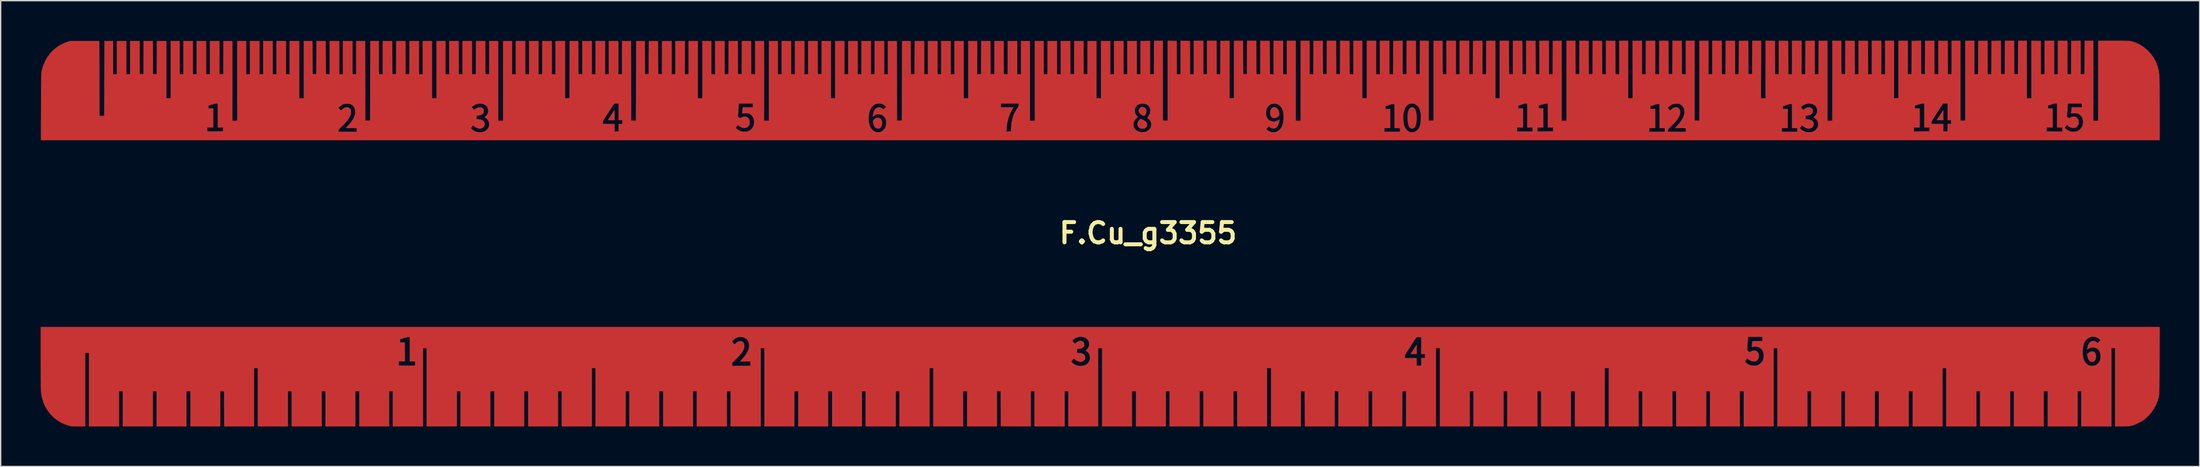
<source format=kicad_pcb>
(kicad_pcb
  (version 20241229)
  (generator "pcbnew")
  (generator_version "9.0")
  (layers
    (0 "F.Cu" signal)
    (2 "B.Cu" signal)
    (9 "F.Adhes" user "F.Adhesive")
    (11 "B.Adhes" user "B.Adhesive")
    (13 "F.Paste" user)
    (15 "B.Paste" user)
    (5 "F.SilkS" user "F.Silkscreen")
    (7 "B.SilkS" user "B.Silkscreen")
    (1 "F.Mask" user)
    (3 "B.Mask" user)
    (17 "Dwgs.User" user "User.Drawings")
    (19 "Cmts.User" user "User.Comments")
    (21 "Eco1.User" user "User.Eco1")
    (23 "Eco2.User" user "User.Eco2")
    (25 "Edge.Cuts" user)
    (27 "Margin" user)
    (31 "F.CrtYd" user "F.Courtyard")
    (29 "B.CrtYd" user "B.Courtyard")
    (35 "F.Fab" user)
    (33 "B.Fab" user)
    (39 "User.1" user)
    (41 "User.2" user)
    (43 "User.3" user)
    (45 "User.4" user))
  (footprint "F.Cu_g3355"
    (layer "F.Cu")
    (at 83.148 14.468)
    (property "Reference" "F.Cu_g3355" (at 0 0 0) (layer "F.SilkS") (effects (font (size 1.524 1.524) (thickness 0.3))))
    (attr through_hole)
    (fp_poly (pts (xy 59.699 -9.211) (xy 59.704 -9.169) (xy 59.707 -9.096) (xy 59.709 -8.989) (xy 59.71 -8.874) (xy 59.711 -8.488) (xy 59.204 -8.488) (xy 59.431 -8.834) (xy 59.503 -8.943) (xy 59.568 -9.043) (xy 59.623 -9.126) (xy 59.662 -9.187) (xy 59.683 -9.219) (xy 59.683 -9.22) (xy 59.693 -9.227) (xy 59.699 -9.211)) (stroke (width 0.01) (type solid)) (fill yes) (layer "F.Cu"))
    (fp_poly (pts (xy 71.008 8.912) (xy 71.083 8.973) (xy 71.138 9.06) (xy 71.17 9.172) (xy 71.174 9.305) (xy 71.16 9.399) (xy 71.12 9.512) (xy 71.057 9.598) (xy 70.976 9.654) (xy 70.884 9.673) (xy 70.789 9.658) (xy 70.724 9.629) (xy 70.661 9.568) (xy 70.603 9.474) (xy 70.556 9.357) (xy 70.524 9.229) (xy 70.5 9.093) (xy 70.6 9.002) (xy 70.71 8.924) (xy 70.817 8.885) (xy 70.918 8.882) (xy 71.008 8.912)) (stroke (width 0.01) (type solid)) (fill yes) (layer "F.Cu"))
    (fp_poly (pts (xy 20.166 8.401) (xy 20.169 8.453) (xy 20.17 8.535) (xy 20.172 8.639) (xy 20.172 8.728) (xy 20.172 9.081) (xy 19.938 9.081) (xy 19.832 9.079) (xy 19.764 9.076) (xy 19.728 9.069) (xy 19.718 9.059) (xy 19.72 9.054) (xy 19.738 9.025) (xy 19.774 8.969) (xy 19.824 8.894) (xy 19.882 8.806) (xy 19.944 8.712) (xy 20.006 8.618) (xy 20.064 8.532) (xy 20.112 8.459) (xy 20.147 8.408) (xy 20.163 8.384) (xy 20.163 8.384) (xy 20.166 8.401)) (stroke (width 0.01) (type solid)) (fill yes) (layer "F.Cu"))
    (fp_poly (pts (xy 9.557 -9.459) (xy 9.656 -9.41) (xy 9.738 -9.325) (xy 9.802 -9.207) (xy 9.844 -9.06) (xy 9.856 -8.984) (xy 9.861 -8.916) (xy 9.853 -8.871) (xy 9.825 -8.827) (xy 9.802 -8.8) (xy 9.703 -8.712) (xy 9.592 -8.658) (xy 9.478 -8.64) (xy 9.368 -8.659) (xy 9.335 -8.673) (xy 9.256 -8.736) (xy 9.2 -8.831) (xy 9.17 -8.955) (xy 9.165 -9.043) (xy 9.179 -9.188) (xy 9.218 -9.305) (xy 9.279 -9.394) (xy 9.36 -9.45) (xy 9.458 -9.472) (xy 9.557 -9.459)) (stroke (width 0.01) (type solid)) (fill yes) (layer "F.Cu"))
    (fp_poly (pts (xy -40.059 -9.232) (xy -40.054 -9.19) (xy -40.051 -9.117) (xy -40.049 -9.01) (xy -40.049 -8.885) (xy -40.047 -8.488) (xy -40.301 -8.488) (xy -40.399 -8.489) (xy -40.48 -8.491) (xy -40.535 -8.494) (xy -40.555 -8.498) (xy -40.555 -8.498) (xy -40.544 -8.518) (xy -40.513 -8.568) (xy -40.466 -8.642) (xy -40.406 -8.734) (xy -40.337 -8.84) (xy -40.328 -8.854) (xy -40.256 -8.964) (xy -40.191 -9.064) (xy -40.136 -9.147) (xy -40.096 -9.208) (xy -40.076 -9.24) (xy -40.075 -9.241) (xy -40.066 -9.248) (xy -40.059 -9.232)) (stroke (width 0.01) (type solid)) (fill yes) (layer "F.Cu"))
    (fp_poly (pts (xy -20.141 -8.646) (xy -20.067 -8.588) (xy -20.013 -8.503) (xy -19.979 -8.397) (xy -19.966 -8.281) (xy -19.975 -8.163) (xy -20.007 -8.053) (xy -20.061 -7.959) (xy -20.098 -7.919) (xy -20.159 -7.874) (xy -20.219 -7.856) (xy -20.273 -7.853) (xy -20.366 -7.865) (xy -20.439 -7.893) (xy -20.518 -7.964) (xy -20.582 -8.073) (xy -20.625 -8.19) (xy -20.653 -8.307) (xy -20.659 -8.396) (xy -20.641 -8.466) (xy -20.599 -8.527) (xy -20.58 -8.547) (xy -20.469 -8.629) (xy -20.353 -8.672) (xy -20.237 -8.675) (xy -20.141 -8.646)) (stroke (width 0.01) (type solid)) (fill yes) (layer "F.Cu"))
    (fp_poly (pts (xy -0.521 -8.581) (xy -0.445 -8.551) (xy -0.357 -8.506) (xy -0.268 -8.453) (xy -0.192 -8.4) (xy -0.14 -8.354) (xy -0.133 -8.347) (xy -0.082 -8.248) (xy -0.069 -8.143) (xy -0.093 -8.041) (xy -0.151 -7.951) (xy -0.21 -7.901) (xy -0.267 -7.871) (xy -0.334 -7.857) (xy -0.411 -7.854) (xy -0.49 -7.858) (xy -0.559 -7.868) (xy -0.593 -7.877) (xy -0.687 -7.935) (xy -0.758 -8.021) (xy -0.798 -8.124) (xy -0.804 -8.185) (xy -0.792 -8.271) (xy -0.76 -8.36) (xy -0.713 -8.444) (xy -0.657 -8.514) (xy -0.599 -8.564) (xy -0.544 -8.584) (xy -0.521 -8.581)) (stroke (width 0.01) (type solid)) (fill yes) (layer "F.Cu"))
    (fp_poly (pts (xy -0.315 -9.465) (xy -0.223 -9.414) (xy -0.158 -9.332) (xy -0.124 -9.223) (xy -0.119 -9.155) (xy -0.14 -9.024) (xy -0.199 -8.903) (xy -0.239 -8.853) (xy -0.272 -8.822) (xy -0.303 -8.809) (xy -0.344 -8.816) (xy -0.405 -8.843) (xy -0.439 -8.859) (xy -0.517 -8.907) (xy -0.593 -8.968) (xy -0.623 -8.997) (xy -0.668 -9.051) (xy -0.69 -9.099) (xy -0.698 -9.159) (xy -0.699 -9.199) (xy -0.696 -9.271) (xy -0.683 -9.32) (xy -0.651 -9.364) (xy -0.616 -9.4) (xy -0.563 -9.45) (xy -0.517 -9.474) (xy -0.462 -9.482) (xy -0.431 -9.483) (xy -0.315 -9.465)) (stroke (width 0.01) (type solid)) (fill yes) (layer "F.Cu"))
    (fp_poly (pts (xy 19.916 -9.445) (xy 19.994 -9.397) (xy 20.057 -9.313) (xy 20.105 -9.194) (xy 20.139 -9.038) (xy 20.16 -8.843) (xy 20.165 -8.763) (xy 20.166 -8.555) (xy 20.152 -8.366) (xy 20.123 -8.202) (xy 20.08 -8.066) (xy 20.024 -7.962) (xy 19.956 -7.896) (xy 19.952 -7.893) (xy 19.857 -7.858) (xy 19.759 -7.863) (xy 19.703 -7.885) (xy 19.629 -7.949) (xy 19.569 -8.052) (xy 19.524 -8.194) (xy 19.493 -8.374) (xy 19.48 -8.542) (xy 19.477 -8.77) (xy 19.492 -8.969) (xy 19.523 -9.137) (xy 19.571 -9.271) (xy 19.635 -9.372) (xy 19.713 -9.435) (xy 19.806 -9.461) (xy 19.821 -9.461) (xy 19.916 -9.445)) (stroke (width 0.01) (type solid)) (fill yes) (layer "F.Cu"))
    (fp_poly (pts (xy 75.94 9.541) (xy 75.939 9.927) (xy 75.938 10.273) (xy 75.937 10.583) (xy 75.935 10.857) (xy 75.934 11.099) (xy 75.932 11.311) (xy 75.93 11.496) (xy 75.927 11.657) (xy 75.923 11.795) (xy 75.919 11.914) (xy 75.913 12.015) (xy 75.907 12.102) (xy 75.899 12.176) (xy 75.89 12.242) (xy 75.879 12.3) (xy 75.867 12.353) (xy 75.853 12.405) (xy 75.838 12.456) (xy 75.82 12.511) (xy 75.801 12.572) (xy 75.795 12.589) (xy 75.677 12.893) (xy 75.523 13.184) (xy 75.336 13.458) (xy 75.122 13.709) (xy 74.884 13.93) (xy 74.666 14.091) (xy 74.512 14.184) (xy 74.332 14.276) (xy 74.144 14.361) (xy 73.965 14.429) (xy 73.903 14.449) (xy 73.844 14.467) (xy 73.791 14.481) (xy 73.738 14.491) (xy 73.678 14.499) (xy 73.605 14.505) (xy 73.512 14.509) (xy 73.393 14.512) (xy 73.241 14.514) (xy 73.157 14.515) (xy 72.602 14.523) (xy 72.602 8.636) (xy 72.326 8.636) (xy 72.326 14.52) (xy 70.062 14.52) (xy 70.062 11.874) (xy 69.787 11.874) (xy 69.787 14.52) (xy 67.543 14.52) (xy 67.543 11.874) (xy 67.246 11.874) (xy 67.246 14.52) (xy 65.003 14.52) (xy 65.003 11.874) (xy 64.728 11.874) (xy 64.728 14.52) (xy 62.463 14.52) (xy 62.463 11.874) (xy 62.188 11.874) (xy 62.188 14.52) (xy 59.923 14.52) (xy 59.923 10.139) (xy 59.648 10.139) (xy 59.648 14.52) (xy 57.404 14.52) (xy 57.404 11.874) (xy 57.108 11.874) (xy 57.108 14.52) (xy 54.864 14.52) (xy 54.864 11.874) (xy 54.568 11.874) (xy 54.568 14.52) (xy 52.324 14.52) (xy 52.324 11.874) (xy 52.049 11.874) (xy 52.049 14.52) (xy 49.784 14.52) (xy 49.784 11.874) (xy 49.509 11.874) (xy 49.509 14.52) (xy 47.244 14.52) (xy 47.244 8.922) (xy 70.168 8.922) (xy 70.181 9.171) (xy 70.22 9.388) (xy 70.286 9.573) (xy 70.378 9.725) (xy 70.496 9.844) (xy 70.62 9.92) (xy 70.685 9.947) (xy 70.745 9.962) (xy 70.817 9.966) (xy 70.898 9.964) (xy 71.04 9.95) (xy 71.144 9.92) (xy 71.152 9.916) (xy 71.259 9.845) (xy 71.358 9.744) (xy 71.436 9.628) (xy 71.461 9.572) (xy 71.494 9.455) (xy 71.51 9.32) (xy 71.511 9.18) (xy 71.495 9.05) (xy 71.464 8.947) (xy 71.405 8.834) (xy 71.344 8.751) (xy 71.272 8.689) (xy 71.235 8.666) (xy 71.099 8.61) (xy 70.95 8.588) (xy 70.799 8.602) (xy 70.655 8.651) (xy 70.605 8.679) (xy 70.502 8.742) (xy 70.516 8.652) (xy 70.554 8.477) (xy 70.609 8.334) (xy 70.653 8.26) (xy 70.744 8.167) (xy 70.849 8.111) (xy 70.963 8.093) (xy 71.079 8.114) (xy 71.19 8.174) (xy 71.219 8.197) (xy 71.295 8.265) (xy 71.4 8.149) (xy 71.504 8.033) (xy 71.418 7.956) (xy 71.277 7.857) (xy 71.123 7.797) (xy 70.959 7.779) (xy 70.836 7.791) (xy 70.667 7.841) (xy 70.523 7.926) (xy 70.402 8.044) (xy 70.306 8.196) (xy 70.235 8.381) (xy 70.189 8.598) (xy 70.169 8.846) (xy 70.168 8.922) (xy 47.244 8.922) (xy 47.244 8.636) (xy 46.969 8.636) (xy 46.969 14.52) (xy 44.725 14.52) (xy 44.725 11.874) (xy 44.429 11.874) (xy 44.429 14.52) (xy 42.185 14.52) (xy 42.185 11.874) (xy 41.91 11.874) (xy 41.905 13.192) (xy 41.899 14.51) (xy 39.645 14.521) (xy 39.645 11.874) (xy 39.37 11.874) (xy 39.37 14.52) (xy 37.105 14.52) (xy 37.105 11.874) (xy 36.83 11.874) (xy 36.83 14.52) (xy 34.586 14.52) (xy 34.586 10.139) (xy 34.29 10.139) (xy 34.29 14.52) (xy 32.046 14.52) (xy 32.046 11.874) (xy 31.75 11.874) (xy 31.75 14.52) (xy 29.506 14.52) (xy 29.506 11.874) (xy 29.231 11.874) (xy 29.231 14.52) (xy 26.966 14.52) (xy 26.966 11.874) (xy 26.691 11.874) (xy 26.691 14.52) (xy 24.426 14.52) (xy 24.426 11.874) (xy 24.151 11.874) (xy 24.151 14.52) (xy 21.907 14.52) (xy 21.907 9.625) (xy 44.823 9.625) (xy 44.828 9.655) (xy 44.863 9.7) (xy 44.922 9.752) (xy 44.996 9.806) (xy 45.08 9.856) (xy 45.096 9.864) (xy 45.276 9.931) (xy 45.463 9.957) (xy 45.655 9.942) (xy 45.773 9.912) (xy 45.867 9.866) (xy 45.966 9.79) (xy 46.058 9.698) (xy 46.131 9.598) (xy 46.173 9.514) (xy 46.213 9.349) (xy 46.222 9.182) (xy 46.203 9.021) (xy 46.157 8.873) (xy 46.085 8.746) (xy 45.989 8.649) (xy 45.872 8.582) (xy 45.731 8.539) (xy 45.578 8.521) (xy 45.428 8.531) (xy 45.402 8.536) (xy 45.327 8.552) (xy 45.344 8.356) (xy 45.352 8.267) (xy 45.36 8.193) (xy 45.368 8.144) (xy 45.37 8.133) (xy 45.386 8.123) (xy 45.426 8.116) (xy 45.495 8.111) (xy 45.598 8.108) (xy 45.739 8.107) (xy 45.751 8.107) (xy 46.122 8.107) (xy 46.122 7.789) (xy 45.043 7.789) (xy 45.042 7.837) (xy 45.041 7.872) (xy 45.036 7.942) (xy 45.03 8.04) (xy 45.022 8.158) (xy 45.012 8.289) (xy 45.011 8.308) (xy 45.001 8.44) (xy 44.993 8.56) (xy 44.986 8.66) (xy 44.981 8.734) (xy 44.979 8.774) (xy 44.979 8.776) (xy 44.999 8.822) (xy 45.058 8.873) (xy 45.067 8.879) (xy 45.154 8.937) (xy 45.262 8.883) (xy 45.371 8.836) (xy 45.461 8.815) (xy 45.547 8.816) (xy 45.592 8.824) (xy 45.696 8.867) (xy 45.778 8.941) (xy 45.835 9.038) (xy 45.864 9.151) (xy 45.864 9.274) (xy 45.83 9.399) (xy 45.814 9.435) (xy 45.745 9.539) (xy 45.66 9.605) (xy 45.553 9.636) (xy 45.487 9.64) (xy 45.359 9.628) (xy 45.247 9.591) (xy 45.136 9.524) (xy 45.095 9.492) (xy 44.982 9.4) (xy 44.91 9.499) (xy 44.868 9.558) (xy 44.836 9.605) (xy 44.823 9.625) (xy 21.907 9.625) (xy 21.907 8.636) (xy 21.611 8.636) (xy 21.611 14.52) (xy 19.367 14.52) (xy 19.367 11.874) (xy 19.093 11.874) (xy 19.082 14.51) (xy 16.828 14.521) (xy 16.828 11.874) (xy 16.552 11.874) (xy 16.552 14.52) (xy 14.287 14.52) (xy 14.287 11.874) (xy 14.012 11.874) (xy 14.012 14.52) (xy 11.769 14.52) (xy 11.758 11.885) (xy 11.615 11.879) (xy 11.472 11.873) (xy 11.472 14.52) (xy 9.229 14.52) (xy 9.229 10.139) (xy 8.932 10.139) (xy 8.932 14.52) (xy 6.689 14.52) (xy 6.689 11.874) (xy 6.413 11.874) (xy 6.413 14.52) (xy 4.149 14.52) (xy 4.149 11.874) (xy 3.873 11.874) (xy 3.873 14.52) (xy 1.609 14.52) (xy 1.609 11.874) (xy 1.333 11.874) (xy 1.333 14.52) (xy -0.91 14.52) (xy -0.91 11.874) (xy -1.206 11.874) (xy -1.206 14.52) (xy -3.45 14.52) (xy -3.45 9.265) (xy 19.283 9.265) (xy 19.283 9.376) (xy 19.722 9.382) (xy 20.161 9.387) (xy 20.173 9.948) (xy 20.511 9.948) (xy 20.511 9.377) (xy 20.786 9.377) (xy 20.786 9.081) (xy 20.511 9.081) (xy 20.511 7.809) (xy 20.327 7.815) (xy 20.143 7.821) (xy 19.713 8.487) (xy 19.602 8.659) (xy 19.512 8.799) (xy 19.441 8.912) (xy 19.386 9.001) (xy 19.346 9.07) (xy 19.318 9.123) (xy 19.299 9.164) (xy 19.289 9.197) (xy 19.284 9.226) (xy 19.283 9.255) (xy 19.283 9.265) (xy -3.45 9.265) (xy -3.45 8.636) (xy -3.747 8.636) (xy -3.747 14.52) (xy -5.99 14.52) (xy -5.99 11.874) (xy -6.265 11.874) (xy -6.265 14.52) (xy -8.53 14.52) (xy -8.53 11.874) (xy -8.805 11.874) (xy -8.805 14.521) (xy -11.06 14.51) (xy -11.07 11.874) (xy -11.345 11.874) (xy -11.345 14.52) (xy -13.589 14.52) (xy -13.589 11.874) (xy -13.885 11.874) (xy -13.885 14.52) (xy -16.129 14.52) (xy -16.129 10.139) (xy -16.404 10.139) (xy -16.404 14.52) (xy -18.669 14.52) (xy -18.669 11.874) (xy -18.944 11.874) (xy -18.944 14.52) (xy -21.209 14.52) (xy -21.209 11.874) (xy -21.484 11.874) (xy -21.484 14.52) (xy -23.728 14.52) (xy -23.728 11.874) (xy -24.024 11.874) (xy -24.024 14.52) (xy -26.268 14.52) (xy -26.268 11.873) (xy -26.411 11.879) (xy -26.554 11.885) (xy -26.564 14.52) (xy -28.808 14.52) (xy -28.808 9.654) (xy -5.764 9.654) (xy -5.681 9.739) (xy -5.548 9.846) (xy -5.39 9.922) (xy -5.213 9.964) (xy -5.023 9.973) (xy -4.826 9.946) (xy -4.689 9.894) (xy -4.565 9.809) (xy -4.463 9.698) (xy -4.392 9.569) (xy -4.385 9.548) (xy -4.364 9.443) (xy -4.362 9.322) (xy -4.379 9.203) (xy -4.404 9.123) (xy -4.462 9.024) (xy -4.538 8.934) (xy -4.62 8.868) (xy -4.638 8.857) (xy -4.693 8.829) (xy -4.583 8.715) (xy -4.509 8.629) (xy -4.464 8.551) (xy -4.449 8.504) (xy -4.426 8.342) (xy -4.441 8.194) (xy -4.492 8.063) (xy -4.578 7.953) (xy -4.696 7.867) (xy -4.852 7.806) (xy -5.019 7.781) (xy -5.19 7.792) (xy -5.358 7.838) (xy -5.515 7.918) (xy -5.627 8.003) (xy -5.697 8.067) (xy -5.605 8.181) (xy -5.557 8.238) (xy -5.516 8.28) (xy -5.491 8.296) (xy -5.491 8.296) (xy -5.463 8.283) (xy -5.423 8.248) (xy -5.417 8.242) (xy -5.352 8.189) (xy -5.266 8.14) (xy -5.174 8.103) (xy -5.095 8.086) (xy -5.085 8.086) (xy -4.985 8.102) (xy -4.891 8.145) (xy -4.837 8.191) (xy -4.803 8.255) (xy -4.791 8.341) (xy -4.798 8.431) (xy -4.825 8.509) (xy -4.847 8.542) (xy -4.934 8.611) (xy -5.042 8.659) (xy -5.152 8.678) (xy -5.154 8.678) (xy -5.241 8.681) (xy -5.295 8.694) (xy -5.322 8.724) (xy -5.333 8.778) (xy -5.334 8.847) (xy -5.334 8.99) (xy -5.17 9) (xy -5.008 9.022) (xy -4.883 9.066) (xy -4.793 9.132) (xy -4.739 9.221) (xy -4.72 9.332) (xy -4.72 9.335) (xy -4.729 9.413) (xy -4.752 9.488) (xy -4.759 9.503) (xy -4.823 9.58) (xy -4.912 9.631) (xy -5.02 9.656) (xy -5.138 9.654) (xy -5.259 9.627) (xy -5.376 9.573) (xy -5.481 9.494) (xy -5.487 9.488) (xy -5.534 9.444) (xy -5.563 9.427) (xy -5.585 9.431) (xy -5.607 9.449) (xy -5.644 9.489) (xy -5.69 9.547) (xy -5.706 9.57) (xy -5.764 9.654) (xy -28.808 9.654) (xy -28.808 8.636) (xy -29.083 8.636) (xy -29.083 14.52) (xy -31.348 14.52) (xy -31.348 11.874) (xy -31.623 11.874) (xy -31.623 14.52) (xy -33.888 14.52) (xy -33.888 11.874) (xy -34.163 11.874) (xy -34.163 14.52) (xy -36.407 14.52) (xy -36.407 11.874) (xy -36.703 11.874) (xy -36.703 14.52) (xy -38.947 14.52) (xy -38.947 11.874) (xy -39.222 11.874) (xy -39.222 14.52) (xy -41.487 14.52) (xy -41.487 10.139) (xy -41.762 10.139) (xy -41.762 14.52) (xy -44.027 14.52) (xy -44.027 11.874) (xy -44.302 11.874) (xy -44.302 14.52) (xy -46.545 14.52) (xy -46.545 11.874) (xy -46.842 11.874) (xy -46.842 14.52) (xy -49.086 14.52) (xy -49.086 11.874) (xy -49.382 11.874) (xy -49.382 14.52) (xy -51.626 14.52) (xy -51.626 11.874) (xy -51.901 11.874) (xy -51.901 14.52) (xy -54.166 14.52) (xy -54.166 8.636) (xy -54.441 8.636) (xy -54.441 14.52) (xy -56.706 14.52) (xy -56.706 11.874) (xy -56.981 11.874) (xy -56.981 14.52) (xy -59.224 14.52) (xy -59.224 11.874) (xy -59.521 11.874) (xy -59.521 14.52) (xy -61.764 14.52) (xy -61.764 11.874) (xy -62.039 11.874) (xy -62.039 14.52) (xy -64.304 14.52) (xy -64.304 11.874) (xy -64.579 11.874) (xy -64.579 14.52) (xy -66.844 14.52) (xy -66.844 10.139) (xy -67.12 10.139) (xy -67.12 14.52) (xy -69.363 14.52) (xy -69.374 11.885) (xy -69.517 11.879) (xy -69.659 11.873) (xy -69.659 14.52) (xy -71.903 14.52) (xy -71.903 11.874) (xy -72.2 11.874) (xy -72.2 14.52) (xy -74.443 14.52) (xy -74.443 11.874) (xy -74.718 11.874) (xy -74.718 14.52) (xy -76.983 14.52) (xy -76.983 11.874) (xy -77.258 11.874) (xy -77.258 14.52) (xy -79.523 14.52) (xy -79.523 9.631) (xy -56.261 9.631) (xy -56.261 9.775) (xy -56.259 9.85) (xy -56.254 9.907) (xy -56.247 9.934) (xy -56.247 9.934) (xy -56.223 9.938) (xy -56.162 9.941) (xy -56.07 9.944) (xy -55.952 9.946) (xy -55.813 9.948) (xy -55.66 9.948) (xy -55.633 9.948) (xy -55.033 9.948) (xy -55.033 9.631) (xy -55.435 9.631) (xy -55.435 8.157) (xy -31.23 8.157) (xy -31.21 8.187) (xy -31.167 8.234) (xy -31.145 8.256) (xy -31.045 8.359) (xy -30.931 8.255) (xy -30.812 8.166) (xy -30.693 8.117) (xy -30.578 8.109) (xy -30.469 8.141) (xy -30.46 8.146) (xy -30.384 8.206) (xy -30.335 8.293) (xy -30.313 8.409) (xy -30.311 8.466) (xy -30.32 8.579) (xy -30.348 8.69) (xy -30.397 8.805) (xy -30.47 8.927) (xy -30.569 9.06) (xy -30.697 9.208) (xy -30.856 9.376) (xy -30.906 9.427) (xy -31.221 9.742) (xy -31.221 9.97) (xy -30.538 9.965) (xy -29.856 9.959) (xy -29.856 9.641) (xy -30.644 9.641) (xy -30.499 9.487) (xy -30.312 9.27) (xy -30.164 9.064) (xy -30.056 8.868) (xy -29.987 8.68) (xy -29.957 8.5) (xy -29.958 8.377) (xy -29.989 8.21) (xy -30.052 8.069) (xy -30.148 7.954) (xy -30.278 7.865) (xy -30.302 7.853) (xy -30.416 7.816) (xy -30.55 7.8) (xy -30.689 7.804) (xy -30.816 7.828) (xy -30.87 7.849) (xy -30.959 7.896) (xy -31.051 7.956) (xy -31.133 8.021) (xy -31.195 8.08) (xy -31.213 8.104) (xy -31.229 8.132) (xy -31.23 8.157) (xy -55.435 8.157) (xy -55.435 7.811) (xy -55.557 7.811) (xy -55.712 7.831) (xy -55.806 7.863) (xy -55.895 7.896) (xy -55.99 7.926) (xy -56.044 7.94) (xy -56.155 7.965) (xy -56.155 8.211) (xy -55.806 8.223) (xy -55.8 8.927) (xy -55.795 9.631) (xy -56.261 9.631) (xy -79.523 9.631) (xy -79.523 8.996) (xy -79.798 8.996) (xy -79.798 14.52) (xy -80.312 14.519) (xy -80.481 14.518) (xy -80.615 14.516) (xy -80.721 14.513) (xy -80.804 14.508) (xy -80.872 14.5) (xy -80.931 14.489) (xy -80.984 14.477) (xy -81.315 14.37) (xy -81.626 14.226) (xy -81.915 14.048) (xy -82.179 13.837) (xy -82.417 13.594) (xy -82.625 13.322) (xy -82.803 13.022) (xy -82.835 12.958) (xy -82.961 12.659) (xy -83.051 12.346) (xy -83.107 12.014) (xy -83.122 11.859) (xy -83.124 11.8) (xy -83.127 11.703) (xy -83.129 11.57) (xy -83.132 11.404) (xy -83.134 11.208) (xy -83.136 10.986) (xy -83.138 10.741) (xy -83.139 10.476) (xy -83.14 10.194) (xy -83.141 9.898) (xy -83.142 9.592) (xy -83.142 9.319) (xy -83.143 7.048) (xy 75.948 7.048) (xy 75.94 9.541)) (stroke (width 0.01) (type solid)) (fill yes) (layer "F.Cu"))
    (fp_poly (pts (xy 0.148 -11.936) (xy 0.291 -11.942) (xy 0.434 -11.949) (xy 0.439 -13.203) (xy 0.445 -14.457) (xy 0.778 -14.457) (xy 1.111 -14.457) (xy 1.111 -8.456) (xy 1.471 -8.456) (xy 1.471 -9.037) (xy 8.859 -9.037) (xy 8.86 -8.937) (xy 8.866 -8.866) (xy 8.88 -8.807) (xy 8.903 -8.746) (xy 8.928 -8.695) (xy 9.004 -8.571) (xy 9.096 -8.482) (xy 9.21 -8.422) (xy 9.245 -8.411) (xy 9.401 -8.383) (xy 9.55 -8.395) (xy 9.697 -8.449) (xy 9.764 -8.487) (xy 9.82 -8.522) (xy 9.85 -8.535) (xy 9.862 -8.528) (xy 9.864 -8.507) (xy 9.855 -8.427) (xy 9.832 -8.326) (xy 9.799 -8.218) (xy 9.761 -8.12) (xy 9.735 -8.069) (xy 9.689 -8) (xy 9.637 -7.942) (xy 9.605 -7.917) (xy 9.49 -7.87) (xy 9.368 -7.862) (xy 9.248 -7.89) (xy 9.141 -7.955) (xy 9.135 -7.96) (xy 9.062 -8.024) (xy 8.977 -7.933) (xy 8.93 -7.88) (xy 8.899 -7.836) (xy 8.891 -7.815) (xy 8.908 -7.786) (xy 8.954 -7.745) (xy 9.019 -7.699) (xy 9.093 -7.656) (xy 9.168 -7.62) (xy 9.182 -7.614) (xy 9.308 -7.586) (xy 9.45 -7.584) (xy 9.593 -7.609) (xy 9.701 -7.649) (xy 9.838 -7.739) (xy 9.953 -7.865) (xy 9.971 -7.895) (xy 17.738 -7.895) (xy 17.738 -7.62) (xy 18.925 -7.62) (xy 18.919 -7.752) (xy 18.912 -7.885) (xy 18.706 -7.891) (xy 18.5 -7.897) (xy 18.5 -8.616) (xy 19.161 -8.616) (xy 19.172 -8.42) (xy 19.197 -8.237) (xy 19.23 -8.093) (xy 19.292 -7.941) (xy 19.378 -7.806) (xy 19.483 -7.698) (xy 19.601 -7.622) (xy 19.635 -7.607) (xy 19.744 -7.584) (xy 19.868 -7.585) (xy 19.992 -7.607) (xy 20.094 -7.648) (xy 20.202 -7.728) (xy 20.29 -7.833) (xy 20.352 -7.938) (xy 27.707 -7.938) (xy 27.707 -7.641) (xy 28.871 -7.641) (xy 28.871 -7.938) (xy 29.231 -7.938) (xy 29.231 -7.64) (xy 29.819 -7.646) (xy 30.406 -7.652) (xy 30.412 -7.795) (xy 30.417 -7.895) (xy 37.634 -7.895) (xy 37.634 -7.62) (xy 38.798 -7.62) (xy 38.798 -7.895) (xy 38.396 -7.895) (xy 38.396 -9.409) (xy 39.007 -9.409) (xy 39.103 -9.315) (xy 39.199 -9.222) (xy 39.296 -9.311) (xy 39.403 -9.395) (xy 39.505 -9.444) (xy 39.613 -9.461) (xy 39.629 -9.461) (xy 39.748 -9.445) (xy 39.84 -9.396) (xy 39.905 -9.315) (xy 39.942 -9.203) (xy 39.951 -9.09) (xy 39.94 -8.968) (xy 39.904 -8.843) (xy 39.843 -8.712) (xy 39.755 -8.572) (xy 39.636 -8.419) (xy 39.486 -8.251) (xy 39.312 -8.073) (xy 39.214 -7.975) (xy 39.141 -7.902) (xy 39.091 -7.847) (xy 39.059 -7.806) (xy 39.041 -7.774) (xy 39.033 -7.745) (xy 39.031 -7.714) (xy 39.031 -7.708) (xy 39.031 -7.62) (xy 40.365 -7.62) (xy 40.365 -7.895) (xy 47.583 -7.895) (xy 47.583 -7.62) (xy 48.747 -7.62) (xy 48.747 -7.887) (xy 48.937 -7.887) (xy 49.003 -7.819) (xy 49.091 -7.746) (xy 49.206 -7.679) (xy 49.329 -7.625) (xy 49.392 -7.606) (xy 49.511 -7.587) (xy 49.647 -7.585) (xy 49.784 -7.598) (xy 49.905 -7.625) (xy 49.948 -7.641) (xy 50.071 -7.714) (xy 50.176 -7.817) (xy 50.253 -7.938) (xy 57.489 -7.938) (xy 57.489 -7.64) (xy 58.076 -7.646) (xy 58.663 -7.652) (xy 58.67 -7.795) (xy 58.676 -7.938) (xy 58.272 -7.938) (xy 58.272 -8.308) (xy 58.822 -8.308) (xy 58.822 -8.213) (xy 59.711 -8.213) (xy 59.711 -7.639) (xy 60.018 -7.652) (xy 60.024 -7.932) (xy 60.024 -7.938) (xy 67.458 -7.938) (xy 67.458 -7.803) (xy 67.46 -7.732) (xy 67.466 -7.678) (xy 67.472 -7.655) (xy 67.496 -7.652) (xy 67.557 -7.648) (xy 67.649 -7.645) (xy 67.767 -7.643) (xy 67.904 -7.642) (xy 68.056 -7.641) (xy 68.065 -7.641) (xy 68.644 -7.641) (xy 68.644 -7.921) (xy 68.834 -7.921) (xy 68.852 -7.885) (xy 68.901 -7.838) (xy 68.972 -7.787) (xy 69.056 -7.735) (xy 69.145 -7.69) (xy 69.231 -7.655) (xy 69.273 -7.643) (xy 69.405 -7.624) (xy 69.546 -7.624) (xy 69.678 -7.642) (xy 69.752 -7.663) (xy 69.897 -7.739) (xy 70.018 -7.846) (xy 70.11 -7.978) (xy 70.172 -8.13) (xy 70.201 -8.297) (xy 70.192 -8.473) (xy 70.192 -8.476) (xy 70.149 -8.638) (xy 70.074 -8.776) (xy 69.972 -8.887) (xy 69.846 -8.967) (xy 69.759 -8.998) (xy 69.691 -9.008) (xy 69.601 -9.012) (xy 69.505 -9.011) (xy 69.415 -9.003) (xy 69.349 -8.991) (xy 69.335 -8.986) (xy 69.319 -8.982) (xy 69.309 -8.992) (xy 69.304 -9.02) (xy 69.305 -9.072) (xy 69.311 -9.152) (xy 69.323 -9.265) (xy 69.334 -9.361) (xy 69.346 -9.461) (xy 70.104 -9.461) (xy 70.104 -9.737) (xy 69.052 -9.737) (xy 69.027 -9.319) (xy 69.019 -9.184) (xy 69.01 -9.06) (xy 69.002 -8.953) (xy 68.996 -8.872) (xy 68.991 -8.825) (xy 68.99 -8.823) (xy 68.987 -8.775) (xy 68.998 -8.743) (xy 69.034 -8.714) (xy 69.068 -8.693) (xy 69.156 -8.641) (xy 69.272 -8.702) (xy 69.4 -8.75) (xy 69.524 -8.761) (xy 69.638 -8.737) (xy 69.737 -8.679) (xy 69.814 -8.589) (xy 69.824 -8.571) (xy 69.851 -8.514) (xy 69.865 -8.458) (xy 69.869 -8.388) (xy 69.867 -8.317) (xy 69.861 -8.224) (xy 69.847 -8.158) (xy 69.823 -8.102) (xy 69.801 -8.066) (xy 69.719 -7.978) (xy 69.616 -7.922) (xy 69.498 -7.898) (xy 69.37 -7.907) (xy 69.24 -7.949) (xy 69.112 -8.023) (xy 69.056 -8.067) (xy 69.011 -8.105) (xy 68.981 -8.124) (xy 68.975 -8.126) (xy 68.96 -8.106) (xy 68.927 -8.063) (xy 68.902 -8.03) (xy 68.863 -7.976) (xy 68.839 -7.935) (xy 68.834 -7.921) (xy 68.644 -7.921) (xy 68.644 -7.938) (xy 68.241 -7.938) (xy 68.241 -9.737) (xy 68.113 -9.737) (xy 68.03 -9.731) (xy 67.957 -9.717) (xy 67.925 -9.705) (xy 67.873 -9.684) (xy 67.797 -9.658) (xy 67.719 -9.635) (xy 67.575 -9.595) (xy 67.568 -9.487) (xy 67.562 -9.379) (xy 67.913 -9.366) (xy 67.924 -7.938) (xy 67.458 -7.938) (xy 60.024 -7.938) (xy 60.03 -8.213) (xy 60.283 -8.213) (xy 60.283 -8.488) (xy 60.029 -8.488) (xy 60.029 -9.737) (xy 59.679 -9.735) (xy 59.251 -9.069) (xy 59.14 -8.896) (xy 59.049 -8.755) (xy 58.978 -8.641) (xy 58.923 -8.552) (xy 58.883 -8.482) (xy 58.855 -8.429) (xy 58.837 -8.387) (xy 58.827 -8.355) (xy 58.823 -8.327) (xy 58.822 -8.308) (xy 58.272 -8.308) (xy 58.272 -9.74) (xy 58.129 -9.731) (xy 58.032 -9.719) (xy 57.931 -9.697) (xy 57.87 -9.677) (xy 57.786 -9.647) (xy 57.702 -9.62) (xy 57.663 -9.609) (xy 57.573 -9.587) (xy 57.573 -9.377) (xy 57.933 -9.377) (xy 57.933 -7.938) (xy 57.489 -7.938) (xy 50.253 -7.938) (xy 50.254 -7.938) (xy 50.283 -8.013) (xy 50.309 -8.172) (xy 50.295 -8.32) (xy 50.242 -8.455) (xy 50.151 -8.573) (xy 50.024 -8.672) (xy 50.023 -8.672) (xy 49.955 -8.713) (xy 50.052 -8.794) (xy 50.149 -8.898) (xy 50.209 -9.018) (xy 50.235 -9.16) (xy 50.236 -9.207) (xy 50.218 -9.355) (xy 50.164 -9.481) (xy 50.078 -9.585) (xy 49.962 -9.663) (xy 49.821 -9.713) (xy 49.655 -9.734) (xy 49.57 -9.732) (xy 49.419 -9.709) (xy 49.274 -9.659) (xy 49.149 -9.588) (xy 49.077 -9.528) (xy 49.017 -9.465) (xy 49.06 -9.405) (xy 49.103 -9.35) (xy 49.145 -9.306) (xy 49.171 -9.285) (xy 49.195 -9.282) (xy 49.227 -9.298) (xy 49.28 -9.337) (xy 49.287 -9.342) (xy 49.396 -9.413) (xy 49.501 -9.45) (xy 49.616 -9.459) (xy 49.652 -9.457) (xy 49.727 -9.447) (xy 49.777 -9.427) (xy 49.824 -9.388) (xy 49.84 -9.37) (xy 49.886 -9.312) (xy 49.907 -9.257) (xy 49.911 -9.195) (xy 49.898 -9.081) (xy 49.855 -8.993) (xy 49.779 -8.926) (xy 49.734 -8.901) (xy 49.649 -8.869) (xy 49.55 -8.843) (xy 49.493 -8.834) (xy 49.361 -8.82) (xy 49.361 -8.58) (xy 49.544 -8.556) (xy 49.699 -8.526) (xy 49.817 -8.481) (xy 49.9 -8.42) (xy 49.951 -8.339) (xy 49.973 -8.237) (xy 49.974 -8.196) (xy 49.958 -8.075) (xy 49.91 -7.981) (xy 49.83 -7.914) (xy 49.814 -7.906) (xy 49.676 -7.863) (xy 49.535 -7.861) (xy 49.392 -7.901) (xy 49.248 -7.983) (xy 49.226 -7.999) (xy 49.094 -8.099) (xy 49.016 -7.993) (xy 48.937 -7.887) (xy 48.747 -7.887) (xy 48.747 -7.895) (xy 48.345 -7.895) (xy 48.345 -9.694) (xy 48.217 -9.694) (xy 48.134 -9.689) (xy 48.061 -9.675) (xy 48.028 -9.663) (xy 47.976 -9.641) (xy 47.901 -9.615) (xy 47.823 -9.592) (xy 47.678 -9.553) (xy 47.672 -9.444) (xy 47.665 -9.335) (xy 48.027 -9.335) (xy 48.027 -7.895) (xy 47.583 -7.895) (xy 40.365 -7.895) (xy 39.555 -7.895) (xy 39.707 -8.055) (xy 39.89 -8.263) (xy 40.04 -8.467) (xy 40.154 -8.662) (xy 40.231 -8.847) (xy 40.261 -8.966) (xy 40.274 -9.135) (xy 40.25 -9.295) (xy 40.192 -9.44) (xy 40.103 -9.564) (xy 39.984 -9.662) (xy 39.952 -9.68) (xy 39.904 -9.702) (xy 39.852 -9.716) (xy 39.784 -9.723) (xy 39.688 -9.726) (xy 39.656 -9.726) (xy 39.514 -9.72) (xy 39.4 -9.698) (xy 39.301 -9.655) (xy 39.202 -9.586) (xy 39.122 -9.516) (xy 39.007 -9.409) (xy 38.396 -9.409) (xy 38.396 -9.694) (xy 38.275 -9.694) (xy 38.12 -9.674) (xy 38.026 -9.642) (xy 37.942 -9.611) (xy 37.858 -9.587) (xy 37.809 -9.576) (xy 37.719 -9.563) (xy 37.719 -9.335) (xy 38.079 -9.335) (xy 38.079 -7.895) (xy 37.634 -7.895) (xy 30.417 -7.895) (xy 30.418 -7.938) (xy 30.014 -7.938) (xy 30.014 -9.74) (xy 29.871 -9.731) (xy 29.774 -9.719) (xy 29.673 -9.697) (xy 29.612 -9.677) (xy 29.529 -9.647) (xy 29.445 -9.62) (xy 29.406 -9.609) (xy 29.316 -9.587) (xy 29.316 -9.377) (xy 29.676 -9.377) (xy 29.676 -7.938) (xy 29.231 -7.938) (xy 28.871 -7.938) (xy 28.469 -7.938) (xy 28.469 -9.737) (xy 28.355 -9.737) (xy 28.239 -9.724) (xy 28.138 -9.693) (xy 28.053 -9.661) (xy 27.958 -9.632) (xy 27.919 -9.622) (xy 27.802 -9.596) (xy 27.79 -9.377) (xy 28.152 -9.377) (xy 28.152 -7.938) (xy 27.707 -7.938) (xy 20.352 -7.938) (xy 20.353 -7.94) (xy 20.4 -8.045) (xy 20.434 -8.155) (xy 20.457 -8.279) (xy 20.471 -8.426) (xy 20.476 -8.603) (xy 20.477 -8.668) (xy 20.476 -8.806) (xy 20.473 -8.912) (xy 20.466 -8.996) (xy 20.455 -9.069) (xy 20.439 -9.14) (xy 20.429 -9.176) (xy 20.399 -9.269) (xy 20.365 -9.358) (xy 20.333 -9.426) (xy 20.33 -9.433) (xy 20.265 -9.521) (xy 20.181 -9.604) (xy 20.091 -9.672) (xy 20.005 -9.715) (xy 19.994 -9.718) (xy 19.906 -9.731) (xy 19.8 -9.732) (xy 19.694 -9.722) (xy 19.603 -9.702) (xy 19.564 -9.687) (xy 19.448 -9.603) (xy 19.348 -9.483) (xy 19.267 -9.327) (xy 19.209 -9.155) (xy 19.179 -8.997) (xy 19.164 -8.813) (xy 19.161 -8.616) (xy 18.5 -8.616) (xy 18.5 -9.694) (xy 18.372 -9.694) (xy 18.289 -9.689) (xy 18.216 -9.675) (xy 18.183 -9.663) (xy 18.131 -9.641) (xy 18.056 -9.615) (xy 17.978 -9.592) (xy 17.833 -9.553) (xy 17.827 -9.444) (xy 17.82 -9.335) (xy 18.182 -9.335) (xy 18.182 -7.895) (xy 17.738 -7.895) (xy 9.971 -7.895) (xy 10.024 -7.982) (xy 10.071 -8.086) (xy 10.107 -8.19) (xy 10.134 -8.305) (xy 10.156 -8.445) (xy 10.164 -8.513) (xy 10.177 -8.742) (xy 10.164 -8.958) (xy 10.127 -9.154) (xy 10.066 -9.328) (xy 9.983 -9.475) (xy 9.88 -9.589) (xy 9.827 -9.63) (xy 9.708 -9.694) (xy 9.586 -9.727) (xy 9.446 -9.733) (xy 9.415 -9.731) (xy 9.267 -9.704) (xy 9.14 -9.642) (xy 9.032 -9.545) (xy 8.941 -9.411) (xy 8.913 -9.356) (xy 8.886 -9.292) (xy 8.87 -9.233) (xy 8.862 -9.163) (xy 8.859 -9.07) (xy 8.859 -9.037) (xy 1.471 -9.037) (xy 1.471 -14.458) (xy 2.148 -14.446) (xy 2.154 -13.192) (xy 2.159 -11.938) (xy 2.434 -11.938) (xy 2.434 -14.458) (xy 2.789 -14.452) (xy 3.143 -14.446) (xy 3.149 -13.192) (xy 3.154 -11.938) (xy 3.429 -11.938) (xy 3.429 -14.457) (xy 4.149 -14.457) (xy 4.149 -11.938) (xy 4.424 -11.938) (xy 4.424 -14.457) (xy 5.144 -14.457) (xy 5.144 -11.938) (xy 5.418 -11.938) (xy 5.424 -13.192) (xy 5.429 -14.446) (xy 5.773 -14.452) (xy 6.117 -14.458) (xy 6.117 -12.297) (xy 6.117 -10.137) (xy 6.445 -10.149) (xy 6.445 -14.457) (xy 6.789 -14.457) (xy 7.133 -14.457) (xy 7.138 -13.203) (xy 7.144 -11.949) (xy 7.419 -11.949) (xy 7.424 -13.203) (xy 7.43 -14.457) (xy 8.128 -14.457) (xy 8.133 -13.203) (xy 8.139 -11.949) (xy 8.281 -11.942) (xy 8.424 -11.936) (xy 8.424 -14.458) (xy 8.779 -14.452) (xy 9.133 -14.446) (xy 9.139 -13.192) (xy 9.144 -11.938) (xy 9.419 -11.938) (xy 9.419 -14.457) (xy 10.139 -14.457) (xy 10.139 -11.938) (xy 10.414 -11.938) (xy 10.414 -14.457) (xy 11.091 -14.457) (xy 11.091 -8.445) (xy 11.451 -8.445) (xy 11.451 -14.457) (xy 12.129 -14.457) (xy 12.129 -11.938) (xy 12.403 -11.938) (xy 12.409 -13.192) (xy 12.414 -14.446) (xy 12.769 -14.452) (xy 13.123 -14.458) (xy 13.128 -13.203) (xy 13.134 -11.949) (xy 13.409 -11.949) (xy 13.415 -13.203) (xy 13.42 -14.457) (xy 14.118 -14.457) (xy 14.123 -13.203) (xy 14.129 -11.949) (xy 14.404 -11.949) (xy 14.409 -13.203) (xy 14.415 -14.458) (xy 14.769 -14.452) (xy 15.124 -14.446) (xy 15.129 -13.192) (xy 15.135 -11.938) (xy 15.409 -11.938) (xy 15.409 -14.457) (xy 16.087 -14.457) (xy 16.087 -10.139) (xy 16.425 -10.139) (xy 16.425 -14.457) (xy 17.124 -14.457) (xy 17.124 -11.938) (xy 17.399 -11.938) (xy 17.399 -14.457) (xy 18.119 -14.457) (xy 18.119 -11.938) (xy 18.393 -11.938) (xy 18.404 -14.446) (xy 18.759 -14.452) (xy 19.113 -14.458) (xy 19.113 -11.936) (xy 19.256 -11.942) (xy 19.399 -11.949) (xy 19.405 -13.203) (xy 19.41 -14.457) (xy 20.108 -14.457) (xy 20.119 -11.949) (xy 20.394 -11.949) (xy 20.4 -13.203) (xy 20.405 -14.457) (xy 20.738 -14.457) (xy 21.071 -14.457) (xy 21.071 -8.456) (xy 21.431 -8.456) (xy 21.431 -14.458) (xy 21.77 -14.452) (xy 22.109 -14.446) (xy 22.114 -13.192) (xy 22.12 -11.938) (xy 22.394 -11.938) (xy 22.394 -14.457) (xy 23.114 -14.457) (xy 23.114 -11.938) (xy 23.389 -11.938) (xy 23.389 -14.457) (xy 24.109 -14.457) (xy 24.109 -11.938) (xy 24.384 -11.938) (xy 24.389 -13.192) (xy 24.395 -14.446) (xy 24.749 -14.452) (xy 25.104 -14.458) (xy 25.104 -13.198) (xy 25.104 -11.938) (xy 25.378 -11.938) (xy 25.389 -14.446) (xy 26.077 -14.458) (xy 26.077 -10.139) (xy 26.395 -10.139) (xy 26.395 -14.457) (xy 27.093 -14.457) (xy 27.104 -11.949) (xy 27.247 -11.942) (xy 27.39 -11.936) (xy 27.39 -14.458) (xy 27.744 -14.452) (xy 28.099 -14.446) (xy 28.104 -13.192) (xy 28.11 -11.938) (xy 28.384 -11.938) (xy 28.384 -14.458) (xy 28.739 -14.452) (xy 29.094 -14.446) (xy 29.099 -13.192) (xy 29.105 -11.938) (xy 29.379 -11.938) (xy 29.379 -14.457) (xy 30.099 -14.457) (xy 30.099 -11.938) (xy 30.374 -11.938) (xy 30.379 -13.192) (xy 30.385 -14.446) (xy 31.052 -14.458) (xy 31.052 -8.445) (xy 31.411 -8.445) (xy 31.411 -14.457) (xy 32.088 -14.457) (xy 32.094 -13.203) (xy 32.099 -11.949) (xy 32.374 -11.949) (xy 32.38 -13.203) (xy 32.385 -14.457) (xy 33.083 -14.457) (xy 33.089 -13.203) (xy 33.094 -11.949) (xy 33.369 -11.949) (xy 33.375 -13.203) (xy 33.38 -14.458) (xy 34.089 -14.446) (xy 34.094 -13.192) (xy 34.1 -11.938) (xy 34.375 -11.938) (xy 34.375 -14.458) (xy 34.729 -14.452) (xy 35.084 -14.446) (xy 35.089 -13.192) (xy 35.095 -11.938) (xy 35.37 -11.938) (xy 35.37 -14.457) (xy 36.047 -14.457) (xy 36.047 -10.139) (xy 36.386 -10.139) (xy 36.38 -12.298) (xy 36.375 -14.457) (xy 36.729 -14.457) (xy 37.084 -14.457) (xy 37.084 -11.938) (xy 37.359 -11.938) (xy 37.364 -13.192) (xy 37.37 -14.446) (xy 37.724 -14.452) (xy 38.079 -14.458) (xy 38.079 -11.936) (xy 38.222 -11.942) (xy 38.365 -11.949) (xy 38.37 -13.203) (xy 38.376 -14.457) (xy 39.073 -14.457) (xy 39.079 -13.203) (xy 39.084 -11.949) (xy 39.359 -11.949) (xy 39.365 -13.203) (xy 39.37 -14.457) (xy 40.068 -14.457) (xy 40.074 -13.203) (xy 40.079 -11.949) (xy 40.222 -11.942) (xy 40.365 -11.936) (xy 40.365 -14.457) (xy 40.698 -14.457) (xy 41.032 -14.457) (xy 41.032 -8.456) (xy 41.391 -8.456) (xy 41.391 -14.457) (xy 41.735 -14.457) (xy 42.079 -14.457) (xy 42.079 -11.938) (xy 42.355 -11.938) (xy 42.355 -14.457) (xy 43.074 -14.457) (xy 43.074 -11.938) (xy 43.349 -11.938) (xy 43.36 -14.446) (xy 43.714 -14.452) (xy 44.069 -14.458) (xy 44.069 -11.938) (xy 44.344 -11.938) (xy 44.349 -13.192) (xy 44.355 -14.446) (xy 44.709 -14.452) (xy 45.063 -14.458) (xy 45.069 -13.203) (xy 45.074 -11.949) (xy 45.35 -11.949) (xy 45.355 -13.203) (xy 45.361 -14.457) (xy 45.694 -14.457) (xy 46.027 -14.457) (xy 46.021 -12.298) (xy 46.016 -10.139) (xy 46.355 -10.139) (xy 46.355 -14.458) (xy 46.71 -14.452) (xy 47.064 -14.446) (xy 47.07 -13.192) (xy 47.075 -11.938) (xy 47.35 -11.938) (xy 47.35 -14.458) (xy 47.704 -14.452) (xy 48.059 -14.446) (xy 48.064 -13.192) (xy 48.07 -11.938) (xy 48.345 -11.938) (xy 48.345 -14.457) (xy 49.064 -14.457) (xy 49.064 -11.938) (xy 49.339 -11.938) (xy 49.345 -13.192) (xy 49.35 -14.446) (xy 49.705 -14.452) (xy 50.059 -14.458) (xy 50.059 -11.938) (xy 50.334 -11.938) (xy 50.345 -14.446) (xy 51.012 -14.458) (xy 51.012 -8.445) (xy 51.371 -8.445) (xy 51.371 -14.457) (xy 52.048 -14.457) (xy 52.059 -11.949) (xy 52.335 -11.949) (xy 52.34 -13.203) (xy 52.346 -14.458) (xy 52.7 -14.452) (xy 53.054 -14.446) (xy 53.06 -13.192) (xy 53.065 -11.938) (xy 53.34 -11.938) (xy 53.34 -14.458) (xy 53.695 -14.452) (xy 54.049 -14.446) (xy 54.055 -13.192) (xy 54.06 -11.938) (xy 54.335 -11.938) (xy 54.335 -14.457) (xy 55.054 -14.457) (xy 55.054 -11.938) (xy 55.33 -11.938) (xy 55.33 -14.457) (xy 56.007 -14.457) (xy 56.007 -10.137) (xy 56.171 -10.143) (xy 56.335 -10.149) (xy 56.335 -14.457) (xy 57.044 -14.457) (xy 57.044 -11.938) (xy 57.319 -11.938) (xy 57.33 -14.446) (xy 57.684 -14.452) (xy 58.039 -14.458) (xy 58.044 -13.203) (xy 58.05 -11.949) (xy 58.325 -11.949) (xy 58.33 -13.203) (xy 58.336 -14.457) (xy 59.033 -14.457) (xy 59.044 -11.949) (xy 59.187 -11.942) (xy 59.33 -11.936) (xy 59.33 -14.458) (xy 59.685 -14.452) (xy 60.039 -14.446) (xy 60.045 -13.192) (xy 60.05 -11.938) (xy 60.325 -11.938) (xy 60.325 -14.457) (xy 60.658 -14.457) (xy 60.992 -14.457) (xy 60.992 -8.456) (xy 61.352 -8.456) (xy 61.352 -14.457) (xy 61.696 -14.457) (xy 62.039 -14.457) (xy 62.039 -11.938) (xy 62.314 -11.938) (xy 62.32 -13.192) (xy 62.325 -14.446) (xy 62.68 -14.452) (xy 63.034 -14.458) (xy 63.034 -11.938) (xy 63.309 -11.938) (xy 63.315 -13.192) (xy 63.32 -14.446) (xy 63.674 -14.452) (xy 64.029 -14.458) (xy 64.034 -13.203) (xy 64.04 -11.949) (xy 64.315 -11.949) (xy 64.32 -13.203) (xy 64.326 -14.457) (xy 65.024 -14.457) (xy 65.029 -13.203) (xy 65.035 -11.949) (xy 65.31 -11.949) (xy 65.315 -13.203) (xy 65.321 -14.457) (xy 65.977 -14.457) (xy 65.977 -10.139) (xy 66.315 -10.139) (xy 66.315 -14.458) (xy 66.67 -14.452) (xy 67.024 -14.446) (xy 67.03 -13.192) (xy 67.035 -11.938) (xy 67.31 -11.938) (xy 67.31 -14.457) (xy 68.03 -14.457) (xy 68.03 -11.938) (xy 68.305 -11.938) (xy 68.305 -14.457) (xy 69.025 -14.457) (xy 69.025 -11.938) (xy 69.299 -11.938) (xy 69.305 -13.192) (xy 69.31 -14.446) (xy 69.665 -14.452) (xy 70.019 -14.458) (xy 70.019 -11.936) (xy 70.162 -11.942) (xy 70.305 -11.949) (xy 70.311 -13.203) (xy 70.316 -14.457) (xy 70.972 -14.457) (xy 70.972 -8.445) (xy 71.332 -8.445) (xy 71.332 -14.457) (xy 72.508 -14.457) (xy 72.763 -14.457) (xy 72.979 -14.456) (xy 73.161 -14.456) (xy 73.311 -14.455) (xy 73.434 -14.453) (xy 73.534 -14.451) (xy 73.614 -14.447) (xy 73.677 -14.443) (xy 73.729 -14.438) (xy 73.772 -14.432) (xy 73.81 -14.424) (xy 73.847 -14.415) (xy 74.159 -14.314) (xy 74.456 -14.173) (xy 74.738 -13.993) (xy 75.005 -13.774) (xy 75.053 -13.728) (xy 75.289 -13.473) (xy 75.49 -13.195) (xy 75.655 -12.895) (xy 75.783 -12.576) (xy 75.874 -12.24) (xy 75.924 -11.905) (xy 75.928 -11.844) (xy 75.931 -11.743) (xy 75.934 -11.602) (xy 75.937 -11.424) (xy 75.939 -11.21) (xy 75.941 -10.962) (xy 75.943 -10.682) (xy 75.944 -10.37) (xy 75.945 -10.029) (xy 75.946 -9.66) (xy 75.946 -9.329) (xy 75.946 -6.985) (xy -83.123 -6.985) (xy -83.12 -7.938) (xy -70.633 -7.938) (xy -70.633 -7.803) (xy -70.631 -7.732) (xy -70.626 -7.677) (xy -70.619 -7.655) (xy -70.595 -7.651) (xy -70.534 -7.648) (xy -70.442 -7.646) (xy -70.324 -7.645) (xy -70.187 -7.645) (xy -70.036 -7.646) (xy -70.031 -7.646) (xy -69.458 -7.652) (xy -69.446 -7.938) (xy -69.85 -7.938) (xy -69.85 -9.74) (xy -69.993 -9.731) (xy -70.09 -9.719) (xy -70.191 -9.697) (xy -70.252 -9.677) (xy -70.335 -9.647) (xy -70.419 -9.62) (xy -70.459 -9.609) (xy -70.549 -9.587) (xy -70.549 -9.377) (xy -70.189 -9.377) (xy -70.189 -7.938) (xy -70.633 -7.938) (xy -83.12 -7.938) (xy -83.116 -9.499) (xy -83.115 -9.878) (xy -83.114 -10.217) (xy -83.113 -10.518) (xy -83.112 -10.785) (xy -83.111 -11.019) (xy -83.11 -11.222) (xy -83.108 -11.398) (xy -83.107 -11.549) (xy -83.105 -11.676) (xy -83.102 -11.783) (xy -83.1 -11.872) (xy -83.097 -11.945) (xy -83.094 -12.005) (xy -83.09 -12.054) (xy -83.085 -12.095) (xy -83.08 -12.13) (xy -83.074 -12.161) (xy -83.068 -12.19) (xy -83.064 -12.208) (xy -82.964 -12.559) (xy -82.83 -12.887) (xy -82.664 -13.189) (xy -82.468 -13.465) (xy -82.243 -13.713) (xy -81.991 -13.93) (xy -81.713 -14.116) (xy -81.41 -14.269) (xy -81.165 -14.362) (xy -80.939 -14.436) (xy -78.74 -14.436) (xy -78.729 -8.816) (xy -78.37 -8.816) (xy -78.359 -14.436) (xy -77.703 -14.436) (xy -77.703 -11.938) (xy -77.428 -11.938) (xy -77.428 -14.436) (xy -76.708 -14.436) (xy -76.708 -11.938) (xy -76.433 -11.938) (xy -76.433 -14.436) (xy -75.714 -14.436) (xy -75.703 -11.949) (xy -75.427 -11.949) (xy -75.416 -14.436) (xy -74.719 -14.436) (xy -74.708 -11.949) (xy -74.433 -11.949) (xy -74.427 -13.192) (xy -74.422 -14.436) (xy -73.702 -14.436) (xy -73.702 -10.139) (xy -73.385 -10.139) (xy -73.385 -14.436) (xy -72.707 -14.436) (xy -72.707 -11.938) (xy -72.432 -11.938) (xy -72.432 -14.436) (xy -71.713 -14.436) (xy -71.713 -11.938) (xy -71.438 -11.938) (xy -71.438 -14.436) (xy -70.718 -14.436) (xy -70.718 -11.938) (xy -70.443 -11.938) (xy -70.443 -14.436) (xy -69.723 -14.436) (xy -69.723 -11.936) (xy -69.58 -11.942) (xy -69.437 -11.949) (xy -69.426 -14.436) (xy -68.749 -14.436) (xy -68.749 -8.445) (xy -68.389 -8.445) (xy -68.389 -9.413) (xy -60.793 -9.413) (xy -60.703 -9.321) (xy -60.652 -9.272) (xy -60.612 -9.239) (xy -60.594 -9.229) (xy -60.568 -9.244) (xy -60.534 -9.28) (xy -60.532 -9.282) (xy -60.49 -9.323) (xy -60.427 -9.37) (xy -60.381 -9.399) (xy -60.262 -9.448) (xy -60.144 -9.462) (xy -60.036 -9.44) (xy -59.943 -9.385) (xy -59.887 -9.321) (xy -59.865 -9.274) (xy -59.853 -9.21) (xy -59.849 -9.117) (xy -59.849 -9.092) (xy -59.851 -9.003) (xy -59.859 -8.935) (xy -59.878 -8.872) (xy -59.912 -8.796) (xy -59.93 -8.759) (xy -60.01 -8.623) (xy -60.12 -8.47) (xy -60.255 -8.308) (xy -60.409 -8.143) (xy -60.554 -8.003) (xy -60.64 -7.923) (xy -60.699 -7.865) (xy -60.737 -7.822) (xy -60.758 -7.789) (xy -60.767 -7.757) (xy -60.769 -7.722) (xy -60.77 -7.712) (xy -60.77 -7.62) (xy -59.415 -7.62) (xy -59.415 -7.887) (xy -50.843 -7.887) (xy -50.777 -7.819) (xy -50.688 -7.746) (xy -50.574 -7.678) (xy -50.45 -7.625) (xy -50.387 -7.606) (xy -50.26 -7.586) (xy -50.118 -7.585) (xy -49.979 -7.601) (xy -49.857 -7.633) (xy -49.818 -7.65) (xy -49.689 -7.734) (xy -49.584 -7.844) (xy -49.51 -7.973) (xy -49.471 -8.112) (xy -49.467 -8.181) (xy -49.486 -8.317) (xy -40.936 -8.317) (xy -40.936 -8.214) (xy -40.497 -8.208) (xy -40.058 -8.202) (xy -40.046 -7.641) (xy -39.751 -7.641) (xy -39.751 -7.921) (xy -30.946 -7.921) (xy -30.927 -7.885) (xy -30.879 -7.838) (xy -30.808 -7.787) (xy -30.724 -7.735) (xy -30.634 -7.69) (xy -30.549 -7.655) (xy -30.507 -7.643) (xy -30.368 -7.624) (xy -30.22 -7.625) (xy -30.082 -7.647) (xy -30.022 -7.665) (xy -29.879 -7.74) (xy -29.76 -7.846) (xy -29.669 -7.978) (xy -29.607 -8.13) (xy -29.579 -8.296) (xy -29.587 -8.472) (xy -29.588 -8.476) (xy -29.631 -8.638) (xy -29.705 -8.776) (xy -29.808 -8.887) (xy -29.934 -8.967) (xy -30.021 -8.998) (xy -30.089 -9.008) (xy -30.178 -9.012) (xy -30.275 -9.011) (xy -30.364 -9.003) (xy -30.431 -8.991) (xy -30.445 -8.986) (xy -30.461 -8.982) (xy -30.471 -8.992) (xy -30.476 -9.02) (xy -30.475 -9.072) (xy -30.468 -9.152) (xy -30.456 -9.265) (xy -30.445 -9.361) (xy -30.434 -9.461) (xy -29.676 -9.461) (xy -29.676 -9.737) (xy -30.728 -9.737) (xy -30.753 -9.319) (xy -30.761 -9.184) (xy -30.77 -9.06) (xy -30.777 -8.953) (xy -30.784 -8.872) (xy -30.789 -8.825) (xy -30.789 -8.823) (xy -30.793 -8.775) (xy -30.782 -8.744) (xy -30.746 -8.714) (xy -30.711 -8.692) (xy -30.621 -8.639) (xy -30.529 -8.692) (xy -30.407 -8.744) (xy -30.284 -8.76) (xy -30.167 -8.743) (xy -30.064 -8.693) (xy -29.982 -8.613) (xy -29.956 -8.571) (xy -29.929 -8.514) (xy -29.915 -8.458) (xy -29.91 -8.388) (xy -29.912 -8.317) (xy -29.919 -8.224) (xy -29.932 -8.158) (xy -29.957 -8.102) (xy -29.979 -8.066) (xy -30.061 -7.978) (xy -30.164 -7.922) (xy -30.282 -7.898) (xy -30.409 -7.907) (xy -30.54 -7.949) (xy -30.667 -8.023) (xy -30.724 -8.067) (xy -30.769 -8.105) (xy -30.799 -8.124) (xy -30.805 -8.126) (xy -30.82 -8.106) (xy -30.852 -8.063) (xy -30.878 -8.03) (xy -30.916 -7.976) (xy -30.941 -7.935) (xy -30.946 -7.921) (xy -39.751 -7.921) (xy -39.751 -8.213) (xy -39.476 -8.213) (xy -39.476 -8.488) (xy -39.751 -8.488) (xy -39.751 -9.737) (xy -40.084 -9.737) (xy -40.51 -9.078) (xy -40.621 -8.907) (xy -40.71 -8.768) (xy -40.781 -8.656) (xy -40.836 -8.568) (xy -40.875 -8.5) (xy -40.903 -8.447) (xy -40.921 -8.406) (xy -40.931 -8.374) (xy -40.935 -8.345) (xy -40.936 -8.317) (xy -49.486 -8.317) (xy -49.487 -8.322) (xy -49.543 -8.455) (xy -49.631 -8.572) (xy -49.733 -8.656) (xy -49.824 -8.714) (xy -49.732 -8.79) (xy -49.635 -8.897) (xy -49.572 -9.017) (xy -49.544 -9.146) (xy -49.548 -9.277) (xy -49.583 -9.403) (xy -49.647 -9.517) (xy -49.741 -9.613) (xy -49.861 -9.684) (xy -49.923 -9.706) (xy -50.09 -9.735) (xy -50.264 -9.729) (xy -50.429 -9.689) (xy -50.508 -9.655) (xy -50.587 -9.611) (xy -50.662 -9.564) (xy -50.71 -9.529) (xy -50.778 -9.47) (xy -50.687 -9.366) (xy -50.596 -9.263) (xy -50.495 -9.34) (xy -50.386 -9.411) (xy -50.283 -9.449) (xy -50.171 -9.459) (xy -50.129 -9.457) (xy -50.051 -9.445) (xy -49.996 -9.422) (xy -49.947 -9.38) (xy -49.909 -9.339) (xy -49.889 -9.3) (xy -49.881 -9.247) (xy -49.879 -9.177) (xy -49.882 -9.097) (xy -49.892 -9.044) (xy -49.915 -9.004) (xy -49.932 -8.984) (xy -50.023 -8.914) (xy -50.145 -8.863) (xy -50.29 -8.834) (xy -50.29 -8.834) (xy -50.419 -8.82) (xy -50.419 -8.58) (xy -50.24 -8.556) (xy -50.084 -8.527) (xy -49.966 -8.484) (xy -49.883 -8.424) (xy -49.832 -8.346) (xy -49.811 -8.246) (xy -49.81 -8.176) (xy -49.818 -8.097) (xy -49.832 -8.044) (xy -49.862 -8) (xy -49.888 -7.972) (xy -49.985 -7.9) (xy -50.1 -7.863) (xy -50.227 -7.86) (xy -50.36 -7.889) (xy -50.492 -7.951) (xy -50.601 -8.03) (xy -50.683 -8.101) (xy -50.763 -7.994) (xy -50.843 -7.887) (xy -59.415 -7.887) (xy -59.415 -7.895) (xy -60.245 -7.895) (xy -60.068 -8.081) (xy -59.878 -8.299) (xy -59.729 -8.507) (xy -59.62 -8.707) (xy -59.552 -8.897) (xy -59.527 -9.047) (xy -59.531 -9.222) (xy -59.569 -9.376) (xy -59.642 -9.508) (xy -59.747 -9.615) (xy -59.821 -9.664) (xy -59.877 -9.693) (xy -59.926 -9.711) (xy -59.981 -9.721) (xy -60.054 -9.725) (xy -60.145 -9.726) (xy -60.247 -9.725) (xy -60.32 -9.72) (xy -60.375 -9.708) (xy -60.426 -9.689) (xy -60.464 -9.67) (xy -60.538 -9.624) (xy -60.621 -9.563) (xy -60.682 -9.513) (xy -60.793 -9.413) (xy -68.389 -9.413) (xy -68.389 -14.436) (xy -67.712 -14.436) (xy -67.712 -11.938) (xy -67.437 -11.938) (xy -67.437 -14.436) (xy -66.717 -14.436) (xy -66.717 -11.938) (xy -66.442 -11.938) (xy -66.442 -14.436) (xy -65.722 -14.436) (xy -65.722 -11.938) (xy -65.447 -11.938) (xy -65.447 -14.436) (xy -64.728 -14.436) (xy -64.728 -11.938) (xy -64.453 -11.938) (xy -64.453 -14.436) (xy -63.733 -14.436) (xy -63.733 -10.139) (xy -63.394 -10.139) (xy -63.394 -14.436) (xy -62.738 -14.436) (xy -62.727 -11.949) (xy -62.452 -11.949) (xy -62.441 -14.436) (xy -61.744 -14.436) (xy -61.733 -11.949) (xy -61.59 -11.942) (xy -61.447 -11.936) (xy -61.447 -14.436) (xy -60.727 -14.436) (xy -60.727 -11.938) (xy -60.452 -11.938) (xy -60.452 -14.436) (xy -59.732 -14.436) (xy -59.732 -11.938) (xy -59.457 -11.938) (xy -59.457 -14.436) (xy -58.78 -14.436) (xy -58.775 -11.446) (xy -58.769 -8.456) (xy -58.409 -8.456) (xy -58.404 -11.446) (xy -58.399 -14.436) (xy -57.743 -14.436) (xy -57.743 -11.938) (xy -57.468 -11.938) (xy -57.468 -14.436) (xy -56.748 -14.436) (xy -56.737 -11.949) (xy -56.462 -11.949) (xy -56.457 -13.192) (xy -56.451 -14.436) (xy -55.753 -14.436) (xy -55.742 -11.949) (xy -55.467 -11.949) (xy -55.456 -14.436) (xy -54.737 -14.436) (xy -54.737 -11.938) (xy -54.462 -11.938) (xy -54.462 -14.436) (xy -53.763 -14.436) (xy -53.763 -10.139) (xy -53.425 -10.139) (xy -53.425 -14.436) (xy -52.747 -14.436) (xy -52.747 -11.938) (xy -52.472 -11.938) (xy -52.472 -14.436) (xy -51.752 -14.436) (xy -51.752 -11.938) (xy -51.477 -11.938) (xy -51.477 -14.436) (xy -50.758 -14.436) (xy -50.758 -11.936) (xy -50.615 -11.942) (xy -50.472 -11.949) (xy -50.461 -14.436) (xy -49.763 -14.436) (xy -49.752 -11.949) (xy -49.477 -11.949) (xy -49.472 -13.192) (xy -49.466 -14.436) (xy -48.789 -14.436) (xy -48.789 -8.445) (xy -48.429 -8.445) (xy -48.429 -14.436) (xy -47.752 -14.436) (xy -47.752 -11.938) (xy -47.477 -11.938) (xy -47.477 -14.436) (xy -46.757 -14.436) (xy -46.757 -11.938) (xy -46.482 -11.938) (xy -46.482 -14.436) (xy -45.762 -14.436) (xy -45.762 -11.938) (xy -45.487 -11.938) (xy -45.487 -14.436) (xy -44.767 -14.436) (xy -44.767 -11.938) (xy -44.492 -11.938) (xy -44.492 -14.436) (xy -43.773 -14.436) (xy -43.773 -10.137) (xy -43.445 -10.149) (xy -43.434 -14.436) (xy -42.778 -14.436) (xy -42.767 -11.949) (xy -42.624 -11.942) (xy -42.481 -11.936) (xy -42.481 -14.436) (xy -41.762 -14.436) (xy -41.762 -11.938) (xy -41.487 -11.938) (xy -41.487 -14.436) (xy -40.767 -14.436) (xy -40.767 -11.938) (xy -40.492 -11.938) (xy -40.492 -14.436) (xy -39.772 -14.436) (xy -39.772 -11.938) (xy -39.497 -11.938) (xy -39.497 -14.436) (xy -38.82 -14.436) (xy -38.809 -8.456) (xy -38.449 -8.456) (xy -38.444 -11.446) (xy -38.439 -14.436) (xy -37.783 -14.436) (xy -37.772 -11.949) (xy -37.497 -11.949) (xy -37.486 -14.436) (xy -36.788 -14.436) (xy -36.777 -11.949) (xy -36.502 -11.949) (xy -36.491 -14.436) (xy -35.772 -14.436) (xy -35.772 -11.938) (xy -35.496 -11.938) (xy -35.496 -14.436) (xy -34.777 -14.436) (xy -34.777 -11.938) (xy -34.502 -11.938) (xy -34.502 -14.436) (xy -33.803 -14.436) (xy -33.803 -10.139) (xy -33.465 -10.139) (xy -33.465 -14.436) (xy -32.787 -14.436) (xy -32.787 -11.938) (xy -32.512 -11.938) (xy -32.512 -14.436) (xy -31.792 -14.436) (xy -31.792 -11.936) (xy -31.649 -11.942) (xy -31.507 -11.949) (xy -31.501 -13.192) (xy -31.496 -14.436) (xy -30.798 -14.436) (xy -30.787 -11.949) (xy -30.512 -11.949) (xy -30.501 -14.436) (xy -29.803 -14.436) (xy -29.792 -11.949) (xy -29.649 -11.942) (xy -29.506 -11.936) (xy -29.506 -14.436) (xy -28.829 -14.436) (xy -28.829 -8.445) (xy -28.469 -8.445) (xy -28.469 -8.621) (xy -20.976 -8.621) (xy -20.963 -8.379) (xy -20.926 -8.171) (xy -20.864 -7.994) (xy -20.776 -7.846) (xy -20.686 -7.746) (xy -20.553 -7.651) (xy -20.409 -7.594) (xy -20.258 -7.579) (xy -20.104 -7.604) (xy -20.082 -7.611) (xy -19.966 -7.67) (xy -19.858 -7.76) (xy -19.769 -7.872) (xy -19.735 -7.931) (xy -19.691 -8.057) (xy -19.668 -8.204) (xy -19.665 -8.358) (xy -19.685 -8.503) (xy -19.694 -8.538) (xy -19.753 -8.67) (xy -19.841 -8.778) (xy -19.951 -8.859) (xy -20.078 -8.912) (xy -20.214 -8.934) (xy -20.353 -8.923) (xy -20.488 -8.877) (xy -20.583 -8.818) (xy -20.63 -8.784) (xy -20.661 -8.765) (xy -20.666 -8.763) (xy -20.672 -8.782) (xy -20.668 -8.832) (xy -20.657 -8.904) (xy -20.639 -8.989) (xy -20.617 -9.076) (xy -20.614 -9.087) (xy -20.558 -9.225) (xy -20.479 -9.335) (xy -20.382 -9.413) (xy -20.271 -9.455) (xy -20.204 -9.461) (xy -20.096 -9.444) (xy -19.99 -9.398) (xy -19.915 -9.343) (xy -19.86 -9.29) (xy -19.676 -9.51) (xy -19.749 -9.572) (xy -19.855 -9.65) (xy -19.96 -9.699) (xy -20.081 -9.725) (xy -20.161 -9.732) (xy -20.262 -9.734) (xy -20.34 -9.727) (xy -20.414 -9.708) (xy -20.456 -9.693) (xy -20.599 -9.617) (xy -20.721 -9.506) (xy -20.82 -9.362) (xy -20.895 -9.186) (xy -20.947 -8.981) (xy -20.973 -8.749) (xy -20.976 -8.621) (xy -28.469 -8.621) (xy -28.469 -14.436) (xy -27.792 -14.436) (xy -27.792 -11.938) (xy -27.517 -11.938) (xy -27.517 -14.436) (xy -26.797 -14.436) (xy -26.797 -11.938) (xy -26.522 -11.938) (xy -26.522 -14.436) (xy -25.802 -14.436) (xy -25.802 -11.938) (xy -25.527 -11.938) (xy -25.527 -14.436) (xy -24.808 -14.436) (xy -24.797 -11.949) (xy -24.522 -11.949) (xy -24.516 -13.192) (xy -24.511 -14.436) (xy -23.812 -14.436) (xy -23.812 -10.139) (xy -23.495 -10.139) (xy -23.495 -14.436) (xy -22.797 -14.436) (xy -22.797 -11.938) (xy -22.521 -11.938) (xy -22.521 -14.436) (xy -21.802 -14.436) (xy -21.802 -11.938) (xy -21.526 -11.938) (xy -21.526 -14.436) (xy -20.807 -14.436) (xy -20.807 -11.938) (xy -20.532 -11.938) (xy -20.532 -14.436) (xy -19.812 -14.436) (xy -19.812 -11.938) (xy -19.537 -11.938) (xy -19.537 -14.436) (xy -18.86 -14.436) (xy -18.854 -11.446) (xy -18.849 -8.456) (xy -18.489 -8.456) (xy -18.487 -9.737) (xy -11.049 -9.737) (xy -11.049 -9.461) (xy -10.095 -9.461) (xy -10.17 -9.345) (xy -10.331 -9.054) (xy -10.457 -8.742) (xy -10.548 -8.407) (xy -10.604 -8.049) (xy -10.619 -7.869) (xy -10.632 -7.641) (xy -10.473 -7.641) (xy -10.391 -7.642) (xy -10.342 -7.647) (xy -10.316 -7.658) (xy -10.303 -7.678) (xy -10.3 -7.689) (xy -10.293 -7.735) (xy -10.289 -7.807) (xy -10.287 -7.868) (xy -10.281 -7.999) (xy -10.271 -8.106) (xy -1.098 -8.106) (xy -1.066 -7.966) (xy -1.046 -7.921) (xy -0.964 -7.802) (xy -0.852 -7.707) (xy -0.717 -7.638) (xy -0.564 -7.597) (xy -0.401 -7.586) (xy -0.233 -7.607) (xy -0.141 -7.633) (xy -0.046 -7.68) (xy 0.05 -7.752) (xy 0.134 -7.837) (xy 0.193 -7.923) (xy 0.202 -7.943) (xy 0.225 -8.026) (xy 0.238 -8.125) (xy 0.239 -8.161) (xy 0.222 -8.306) (xy 0.17 -8.434) (xy 0.081 -8.551) (xy -0.01 -8.631) (xy -0.066 -8.675) (xy 0.027 -8.802) (xy 0.109 -8.933) (xy 0.154 -9.06) (xy 0.167 -9.195) (xy 0.164 -9.25) (xy 0.132 -9.398) (xy 0.066 -9.522) (xy -0.03 -9.619) (xy -0.153 -9.688) (xy -0.301 -9.727) (xy -0.471 -9.732) (xy -0.471 -9.732) (xy -0.619 -9.71) (xy -0.739 -9.662) (xy -0.84 -9.583) (xy -0.867 -9.554) (xy -0.938 -9.459) (xy -0.978 -9.361) (xy -0.994 -9.244) (xy -0.995 -9.2) (xy -0.983 -9.066) (xy -0.945 -8.954) (xy -0.873 -8.849) (xy -0.846 -8.818) (xy -0.762 -8.727) (xy -0.866 -8.639) (xy -0.975 -8.524) (xy -1.051 -8.392) (xy -1.093 -8.25) (xy -1.098 -8.106) (xy -10.271 -8.106) (xy -10.266 -8.157) (xy -10.242 -8.324) (xy -10.213 -8.486) (xy -10.181 -8.628) (xy -10.17 -8.666) (xy -10.109 -8.853) (xy -10.035 -9.024) (xy -9.943 -9.195) (xy -9.853 -9.337) (xy -9.792 -9.43) (xy -9.752 -9.498) (xy -9.729 -9.551) (xy -9.718 -9.596) (xy -9.716 -9.64) (xy -9.716 -9.737) (xy -11.049 -9.737) (xy -18.487 -9.737) (xy -18.484 -11.446) (xy -18.478 -14.436) (xy -17.823 -14.436) (xy -17.812 -11.949) (xy -17.537 -11.949) (xy -17.531 -13.192) (xy -17.526 -14.436) (xy -16.806 -14.436) (xy -16.806 -11.938) (xy -16.531 -11.938) (xy -16.531 -14.436) (xy -15.812 -14.436) (xy -15.812 -11.938) (xy -15.536 -11.938) (xy -15.536 -14.436) (xy -14.817 -14.436) (xy -14.817 -11.938) (xy -14.541 -11.938) (xy -14.541 -14.436) (xy -13.843 -14.436) (xy -13.843 -10.139) (xy -13.504 -10.139) (xy -13.504 -14.436) (xy -12.827 -14.436) (xy -12.827 -11.936) (xy -12.684 -11.942) (xy -12.541 -11.949) (xy -12.53 -14.436) (xy -11.833 -14.436) (xy -11.822 -11.949) (xy -11.546 -11.949) (xy -11.535 -14.436) (xy -10.838 -14.436) (xy -10.827 -11.949) (xy -10.684 -11.942) (xy -10.541 -11.936) (xy -10.541 -14.436) (xy -9.821 -14.436) (xy -9.821 -11.938) (xy -9.546 -11.938) (xy -9.546 -14.436) (xy -8.869 -14.436) (xy -8.869 -8.445) (xy -8.509 -8.445) (xy -8.509 -14.436) (xy -7.832 -14.436) (xy -7.832 -11.938) (xy -7.556 -11.938) (xy -7.556 -14.436) (xy -6.837 -14.436) (xy -6.837 -11.938) (xy -6.562 -11.938) (xy -6.562 -14.436) (xy -5.842 -14.436) (xy -5.831 -11.949) (xy -5.556 -11.949) (xy -5.545 -14.436) (xy -4.848 -14.436) (xy -4.837 -11.949) (xy -4.561 -11.949) (xy -4.55 -14.436) (xy -3.873 -14.436) (xy -3.873 -10.139) (xy -3.535 -10.139) (xy -3.535 -14.436) (xy -2.836 -14.436) (xy -2.836 -11.938) (xy -2.561 -11.938) (xy -2.561 -14.436) (xy -1.841 -14.436) (xy -1.841 -11.938) (xy -1.566 -11.938) (xy -1.566 -14.436) (xy -0.847 -14.436) (xy -0.847 -11.938) (xy -0.572 -11.938) (xy -0.572 -14.436) (xy -0.31 -14.436) (xy -0.198 -14.437) (xy -0.092 -14.44) (xy -0.004 -14.444) (xy 0.05 -14.449) (xy 0.148 -14.463) (xy 0.148 -11.936)) (stroke (width 0.01) (type solid)) (fill yes) (layer "F.Cu")))
  (gr_rect
    (start -3 -3)
    (end 162.101 31.996)
    (stroke (width 0.1) (type default))
    (fill no)
    (layer "Edge.Cuts")))
</source>
